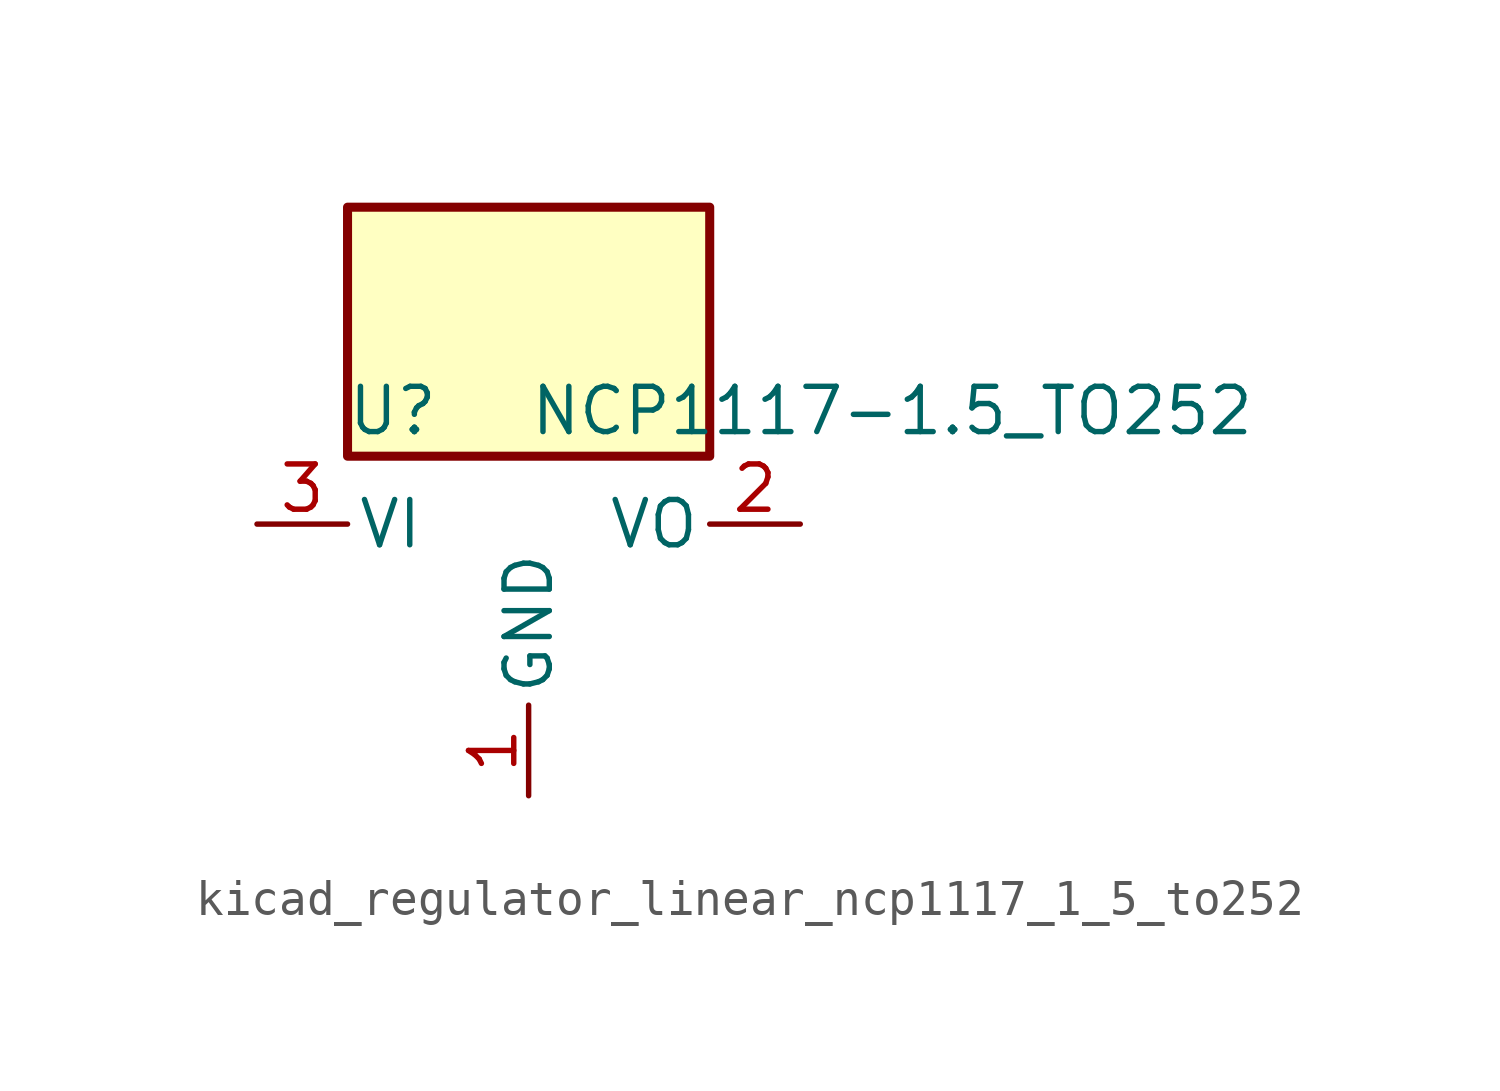
<source format=kicad_sym>
(kicad_symbol_lib
  (version 20220914)
  (generator kicad_symbol_editor)
  (symbol "kicad_regulator_linear_ncp1117_1_5_to252"
    (pin_names
      (offset 0.254))
    (property "Reference" "U"
      (at -3.81 3.175 0)
      (effects (font (size 1.27 1.27))))
    (property "Value" "NCP1117-1.5_TO252"
      (at 0 3.175 0)
      (effects (font (size 1.27 1.27)) (justify left)))
    (symbol "kicad_regulator_linear_ncp1117_1_5_to252_0_1"
      (rectangle (start 5.08 8.89) (end -5.08 1.905) (stroke (width 0.254) (type default)) (fill (type background))))
    (symbol "kicad_regulator_linear_ncp1117_1_5_to252_1_1"
      (pin power_in line (at 0 -7.62 90) (length 2.54) (name "GND" (effects (font (size 1.27 1.27)))) (number "1" (effects (font (size 1.27 1.27)))))
      (pin power_out line (at 7.62 0 180) (length 2.54) (name "VO" (effects (font (size 1.27 1.27)))) (number "2" (effects (font (size 1.27 1.27)))))
      (pin power_in line (at -7.62 0 0) (length 2.54) (name "VI" (effects (font (size 1.27 1.27)))) (number "3" (effects (font (size 1.27 1.27))))))))
</source>
